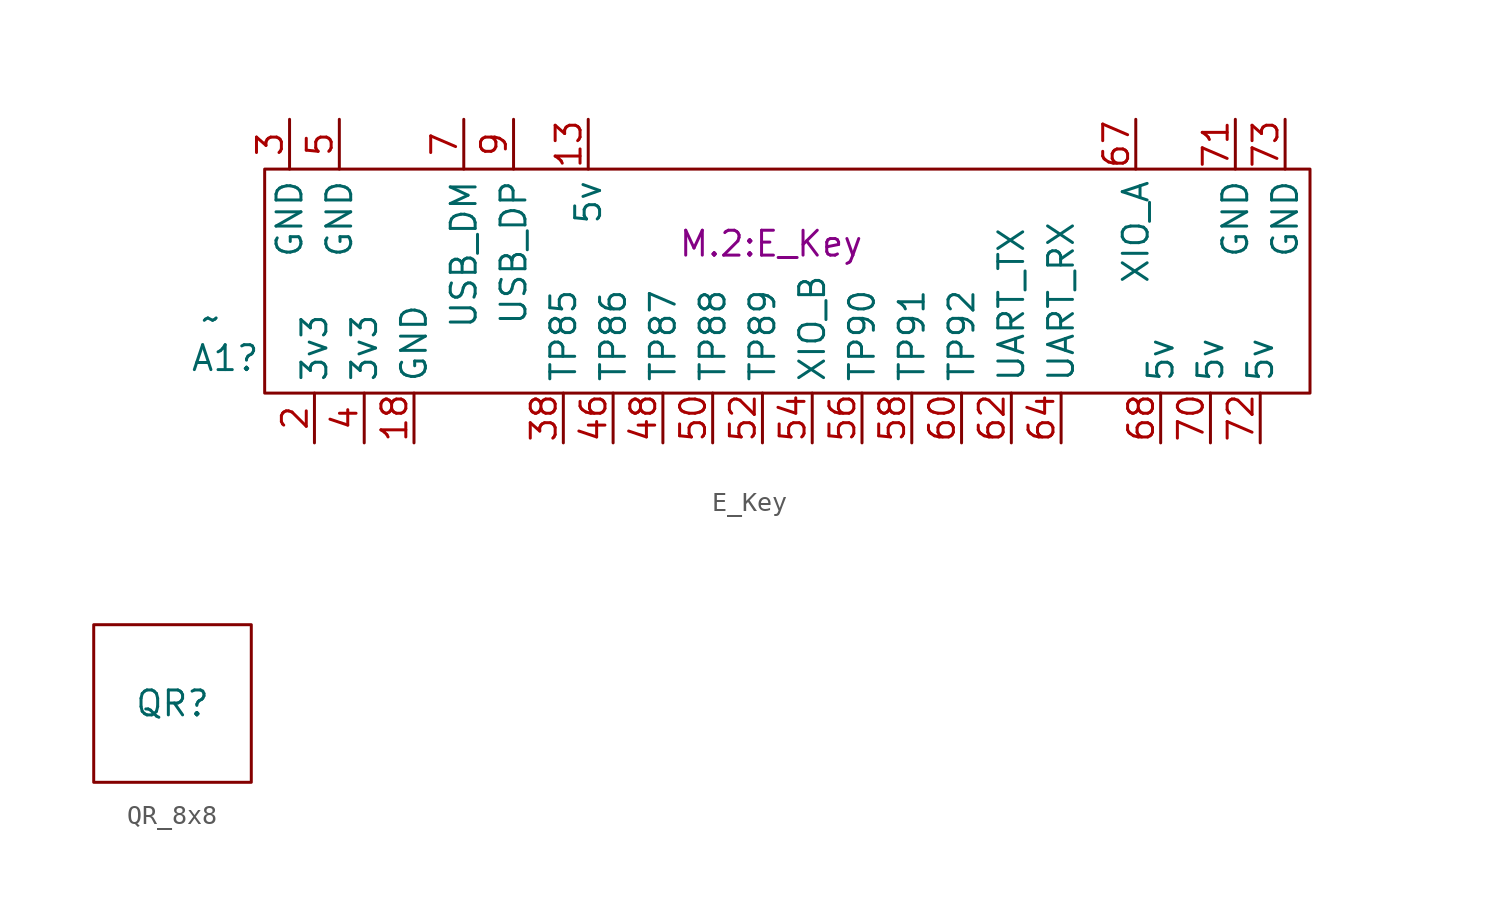
<source format=kicad_sym>
(kicad_symbol_lib
  (version 20231120)
  (generator "kicad_symbol_editor")
  (generator_version "8.0")
  (symbol "E_Key"
    (property "Reference" "A1"
      (at -30.48 -7.112 0)
      (effects (font (size 1.27 1.27)) (justify left)))
    (property "Value" "~"
      (at -29.972 -5.08 0)
      (effects (font (size 1.27 1.27)) (justify left)))
    (property "Footprint" "M.2:E_Key"
      (at -5.588 -1.27 0)
      (effects (font (size 1.27 1.27)) (justify left)))
    (symbol "E_Key_1_1"
      (rectangle (start -26.67 2.54) (end 26.67 -8.89) (stroke (width 0) (type default)) (fill (type none)))
      (pin power_in line (at -10.16 5.08 270) (length 2.54) (name "5v" (effects (font (size 1.27 1.27)))) (number "13" (effects (font (size 1.27 1.27)))))
      (pin power_in line (at -19.05 -11.43 90) (length 2.54) (name "GND" (effects (font (size 1.27 1.27)))) (number "18" (effects (font (size 1.27 1.27)))))
      (pin power_in line (at -24.13 -11.43 90) (length 2.54) (name "3v3" (effects (font (size 1.27 1.27)))) (number "2" (effects (font (size 1.27 1.27)))))
      (pin power_in line (at -25.4 5.08 270) (length 2.54) (name "GND" (effects (font (size 1.27 1.27)))) (number "3" (effects (font (size 1.27 1.27)))))
      (pin bidirectional line (at -11.43 -11.43 90) (length 2.54) (name "TP85" (effects (font (size 1.27 1.27)))) (number "38" (effects (font (size 1.27 1.27)))))
      (pin power_in line (at -21.59 -11.43 90) (length 2.54) (name "3v3" (effects (font (size 1.27 1.27)))) (number "4" (effects (font (size 1.27 1.27)))))
      (pin bidirectional line (at -8.89 -11.43 90) (length 2.54) (name "TP86" (effects (font (size 1.27 1.27)))) (number "46" (effects (font (size 1.27 1.27)))))
      (pin bidirectional line (at -6.35 -11.43 90) (length 2.54) (name "TP87" (effects (font (size 1.27 1.27)))) (number "48" (effects (font (size 1.27 1.27)))))
      (pin power_in line (at -22.86 5.08 270) (length 2.54) (name "GND" (effects (font (size 1.27 1.27)))) (number "5" (effects (font (size 1.27 1.27)))))
      (pin bidirectional line (at -3.81 -11.43 90) (length 2.54) (name "TP88" (effects (font (size 1.27 1.27)))) (number "50" (effects (font (size 1.27 1.27)))))
      (pin bidirectional line (at -1.27 -11.43 90) (length 2.54) (name "TP89" (effects (font (size 1.27 1.27)))) (number "52" (effects (font (size 1.27 1.27)))))
      (pin bidirectional line (at 1.27 -11.43 90) (length 2.54) (name "XIO_B" (effects (font (size 1.27 1.27)))) (number "54" (effects (font (size 1.27 1.27)))))
      (pin bidirectional line (at 3.81 -11.43 90) (length 2.54) (name "TP90" (effects (font (size 1.27 1.27)))) (number "56" (effects (font (size 1.27 1.27)))))
      (pin bidirectional line (at 6.35 -11.43 90) (length 2.54) (name "TP91" (effects (font (size 1.27 1.27)))) (number "58" (effects (font (size 1.27 1.27)))))
      (pin bidirectional line (at 8.89 -11.43 90) (length 2.54) (name "TP92" (effects (font (size 1.27 1.27)))) (number "60" (effects (font (size 1.27 1.27)))))
      (pin output line (at 11.43 -11.43 90) (length 2.54) (name "UART_TX" (effects (font (size 1.27 1.27)))) (number "62" (effects (font (size 1.27 1.27)))))
      (pin input line (at 13.97 -11.43 90) (length 2.54) (name "UART_RX" (effects (font (size 1.27 1.27)))) (number "64" (effects (font (size 1.27 1.27)))))
      (pin input line (at 17.78 5.08 270) (length 2.54) (name "XIO_A" (effects (font (size 1.27 1.27)))) (number "67" (effects (font (size 1.27 1.27)))))
      (pin power_in line (at 19.05 -11.43 90) (length 2.54) (name "5v" (effects (font (size 1.27 1.27)))) (number "68" (effects (font (size 1.27 1.27)))))
      (pin bidirectional line (at -16.51 5.08 270) (length 2.54) (name "USB_DM" (effects (font (size 1.27 1.27)))) (number "7" (effects (font (size 1.27 1.27)))))
      (pin power_in line (at 21.59 -11.43 90) (length 2.54) (name "5v" (effects (font (size 1.27 1.27)))) (number "70" (effects (font (size 1.27 1.27)))))
      (pin power_in line (at 22.86 5.08 270) (length 2.54) (name "GND" (effects (font (size 1.27 1.27)))) (number "71" (effects (font (size 1.27 1.27)))))
      (pin power_in line (at 24.13 -11.43 90) (length 2.54) (name "5v" (effects (font (size 1.27 1.27)))) (number "72" (effects (font (size 1.27 1.27)))))
      (pin power_in line (at 25.4 5.08 270) (length 2.54) (name "GND" (effects (font (size 1.27 1.27)))) (number "73" (effects (font (size 1.27 1.27)))))
      (pin bidirectional line (at -13.97 5.08 270) (length 2.54) (name "USB_DP" (effects (font (size 1.27 1.27)))) (number "9" (effects (font (size 1.27 1.27)))))))
  (symbol "QR_8x8"
    (property "Reference" "QR"
      (at 0 0 0)
      (effects (font (size 1.27 1.27))))
    (property "Value" ""
      (at 0 0 0)
      (effects (font (size 1.27 1.27))))
    (symbol "QR_8x8_0_1"
      (rectangle (start -4.013 4.013) (end 4.013 -4.013) (stroke (width 0) (type default)) (fill (type color) (color 255 255 255 1))))))
</source>
